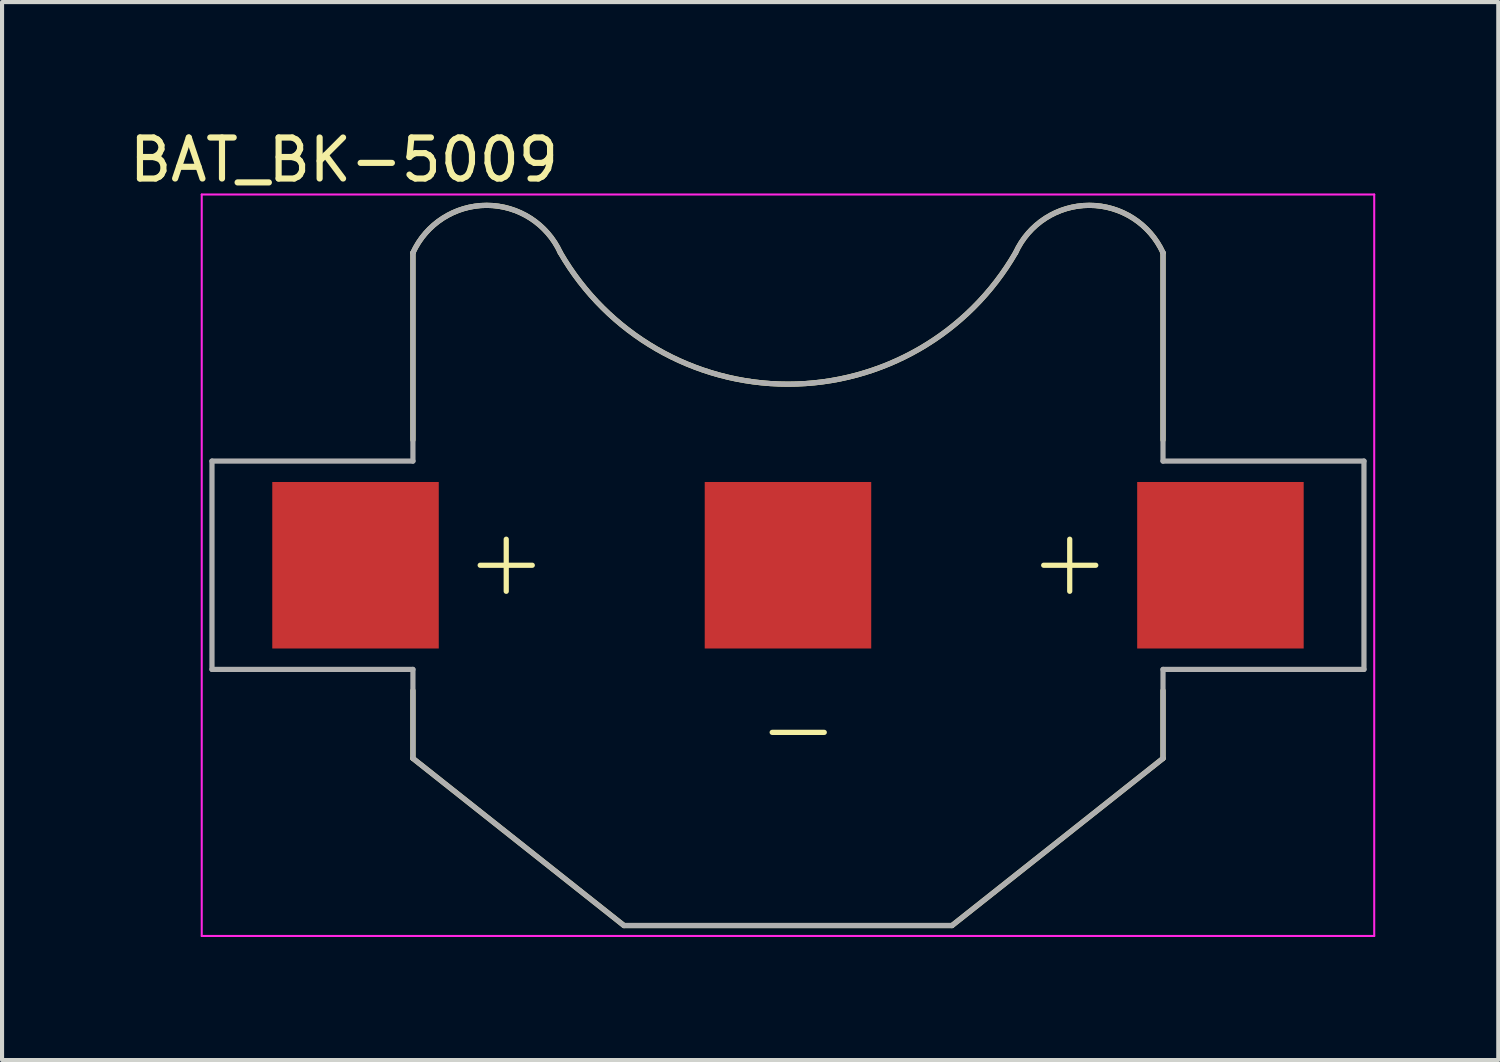
<source format=kicad_pcb>
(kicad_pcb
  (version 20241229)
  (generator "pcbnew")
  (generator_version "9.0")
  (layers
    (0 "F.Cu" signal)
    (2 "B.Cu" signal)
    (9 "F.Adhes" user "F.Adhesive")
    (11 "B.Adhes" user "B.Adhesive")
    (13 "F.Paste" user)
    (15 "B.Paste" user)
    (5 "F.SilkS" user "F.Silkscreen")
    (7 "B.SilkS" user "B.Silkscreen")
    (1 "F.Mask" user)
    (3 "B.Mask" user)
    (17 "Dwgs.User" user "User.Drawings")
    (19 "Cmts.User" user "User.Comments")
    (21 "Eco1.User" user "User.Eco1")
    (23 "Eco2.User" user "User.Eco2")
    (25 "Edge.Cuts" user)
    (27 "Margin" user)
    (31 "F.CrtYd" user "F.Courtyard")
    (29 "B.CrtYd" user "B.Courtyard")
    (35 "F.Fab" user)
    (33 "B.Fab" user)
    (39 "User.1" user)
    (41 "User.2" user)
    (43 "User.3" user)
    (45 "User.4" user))
  (footprint "BAT_BK-5009"
    (layer "F.Cu")
    (at 16.164 10.733)
    (property "Reference" "BAT_BK-5009" (at -10.825 -9.885 0) (layer "F.SilkS") (effects (font (size 1 1) (thickness 0.15))))
    (attr smd)
    (fp_line (start -9.145 -7.62) (end -9.145 -3.055) (stroke (width 0.127) (type solid)) (layer "F.SilkS"))
    (fp_line (start -9.145 3.055) (end -9.145 4.71) (stroke (width 0.127) (type solid)) (layer "F.SilkS"))
    (fp_line (start -9.145 4.71) (end -4 8.785) (stroke (width 0.127) (type solid)) (layer "F.SilkS"))
    (fp_line (start -7.505 0) (end -6.235 0) (stroke (width 0.127) (type solid)) (layer "F.SilkS"))
    (fp_line (start -6.87 -0.635) (end -6.87 0.635) (stroke (width 0.127) (type solid)) (layer "F.SilkS"))
    (fp_line (start -4 8.785) (end 4 8.785) (stroke (width 0.127) (type solid)) (layer "F.SilkS"))
    (fp_line (start -0.385 4.075) (end 0.885 4.075) (stroke (width 0.127) (type solid)) (layer "F.SilkS"))
    (fp_line (start 4 8.785) (end 9.145 4.71) (stroke (width 0.127) (type solid)) (layer "F.SilkS"))
    (fp_line (start 6.235 0) (end 7.505 0) (stroke (width 0.127) (type solid)) (layer "F.SilkS"))
    (fp_line (start 6.87 -0.635) (end 6.87 0.635) (stroke (width 0.127) (type solid)) (layer "F.SilkS"))
    (fp_line (start 9.145 -3.055) (end 9.145 -7.62) (stroke (width 0.127) (type solid)) (layer "F.SilkS"))
    (fp_line (start 9.145 4.71) (end 9.145 3.055) (stroke (width 0.127) (type solid)) (layer "F.SilkS"))
    (fp_arc (start -9.145 -7.62) (mid -7.3475 -8.776191) (end -5.55 -7.62) (stroke (width 0.127) (type solid)) (layer "F.SilkS"))
    (fp_arc (start 5.55 -7.62) (mid 0 -4.415706) (end -5.55 -7.62) (stroke (width 0.127) (type solid)) (layer "F.SilkS"))
    (fp_arc (start 5.55 -7.62) (mid 7.3475 -8.776191) (end 9.145 -7.62) (stroke (width 0.127) (type solid)) (layer "F.SilkS"))
    (fp_line (start -14.295 -9.04) (end -14.295 9.04) (stroke (width 0.05) (type solid)) (layer "F.CrtYd"))
    (fp_line (start -14.295 9.04) (end 14.295 9.04) (stroke (width 0.05) (type solid)) (layer "F.CrtYd"))
    (fp_line (start 14.295 -9.04) (end -14.295 -9.04) (stroke (width 0.05) (type solid)) (layer "F.CrtYd"))
    (fp_line (start 14.295 9.04) (end 14.295 -9.04) (stroke (width 0.05) (type solid)) (layer "F.CrtYd"))
    (fp_line (start -14.045 -2.54) (end -14.045 2.54) (stroke (width 0.127) (type solid)) (layer "F.Fab"))
    (fp_line (start -14.045 2.54) (end -9.145 2.54) (stroke (width 0.127) (type solid)) (layer "F.Fab"))
    (fp_line (start -9.145 -7.62) (end -9.145 -2.54) (stroke (width 0.127) (type solid)) (layer "F.Fab"))
    (fp_line (start -9.145 -2.54) (end -14.045 -2.54) (stroke (width 0.127) (type solid)) (layer "F.Fab"))
    (fp_line (start -9.145 2.54) (end -9.145 4.71) (stroke (width 0.127) (type solid)) (layer "F.Fab"))
    (fp_line (start -9.145 4.71) (end -4 8.785) (stroke (width 0.127) (type solid)) (layer "F.Fab"))
    (fp_line (start -4 8.785) (end 4 8.785) (stroke (width 0.127) (type solid)) (layer "F.Fab"))
    (fp_line (start 4 8.785) (end 9.145 4.71) (stroke (width 0.127) (type solid)) (layer "F.Fab"))
    (fp_line (start 9.145 -2.54) (end 9.145 -7.62) (stroke (width 0.127) (type solid)) (layer "F.Fab"))
    (fp_line (start 9.145 2.54) (end 14.045 2.54) (stroke (width 0.127) (type solid)) (layer "F.Fab"))
    (fp_line (start 9.145 4.71) (end 9.145 2.54) (stroke (width 0.127) (type solid)) (layer "F.Fab"))
    (fp_line (start 14.045 -2.54) (end 9.145 -2.54) (stroke (width 0.127) (type solid)) (layer "F.Fab"))
    (fp_line (start 14.045 2.54) (end 14.045 -2.54) (stroke (width 0.127) (type solid)) (layer "F.Fab"))
    (fp_arc (start -9.145 -7.62) (mid -7.3475 -8.776191) (end -5.55 -7.62) (stroke (width 0.127) (type solid)) (layer "F.Fab"))
    (fp_arc (start 5.55 -7.62) (mid 0 -4.415706) (end -5.55 -7.62) (stroke (width 0.127) (type solid)) (layer "F.Fab"))
    (fp_arc (start 5.55 -7.62) (mid 7.3475 -8.776191) (end 9.145 -7.62) (stroke (width 0.127) (type solid)) (layer "F.Fab"))
    (pad "-" smd rect (at 0 0) (size 4.06 4.06) (layers "F.Cu" "F.Mask" "F.Paste"))
    (pad "1+" smd rect (at -10.545 0) (size 4.06 4.06) (layers "F.Cu" "F.Mask" "F.Paste"))
    (pad "2+" smd rect (at 10.545 0) (size 4.06 4.06) (layers "F.Cu" "F.Mask" "F.Paste")))
  (gr_rect
    (start -3 -3)
    (end 33.484 22.798)
    (stroke (width 0.1) (type default))
    (fill no)
    (layer "Edge.Cuts")))
</source>
